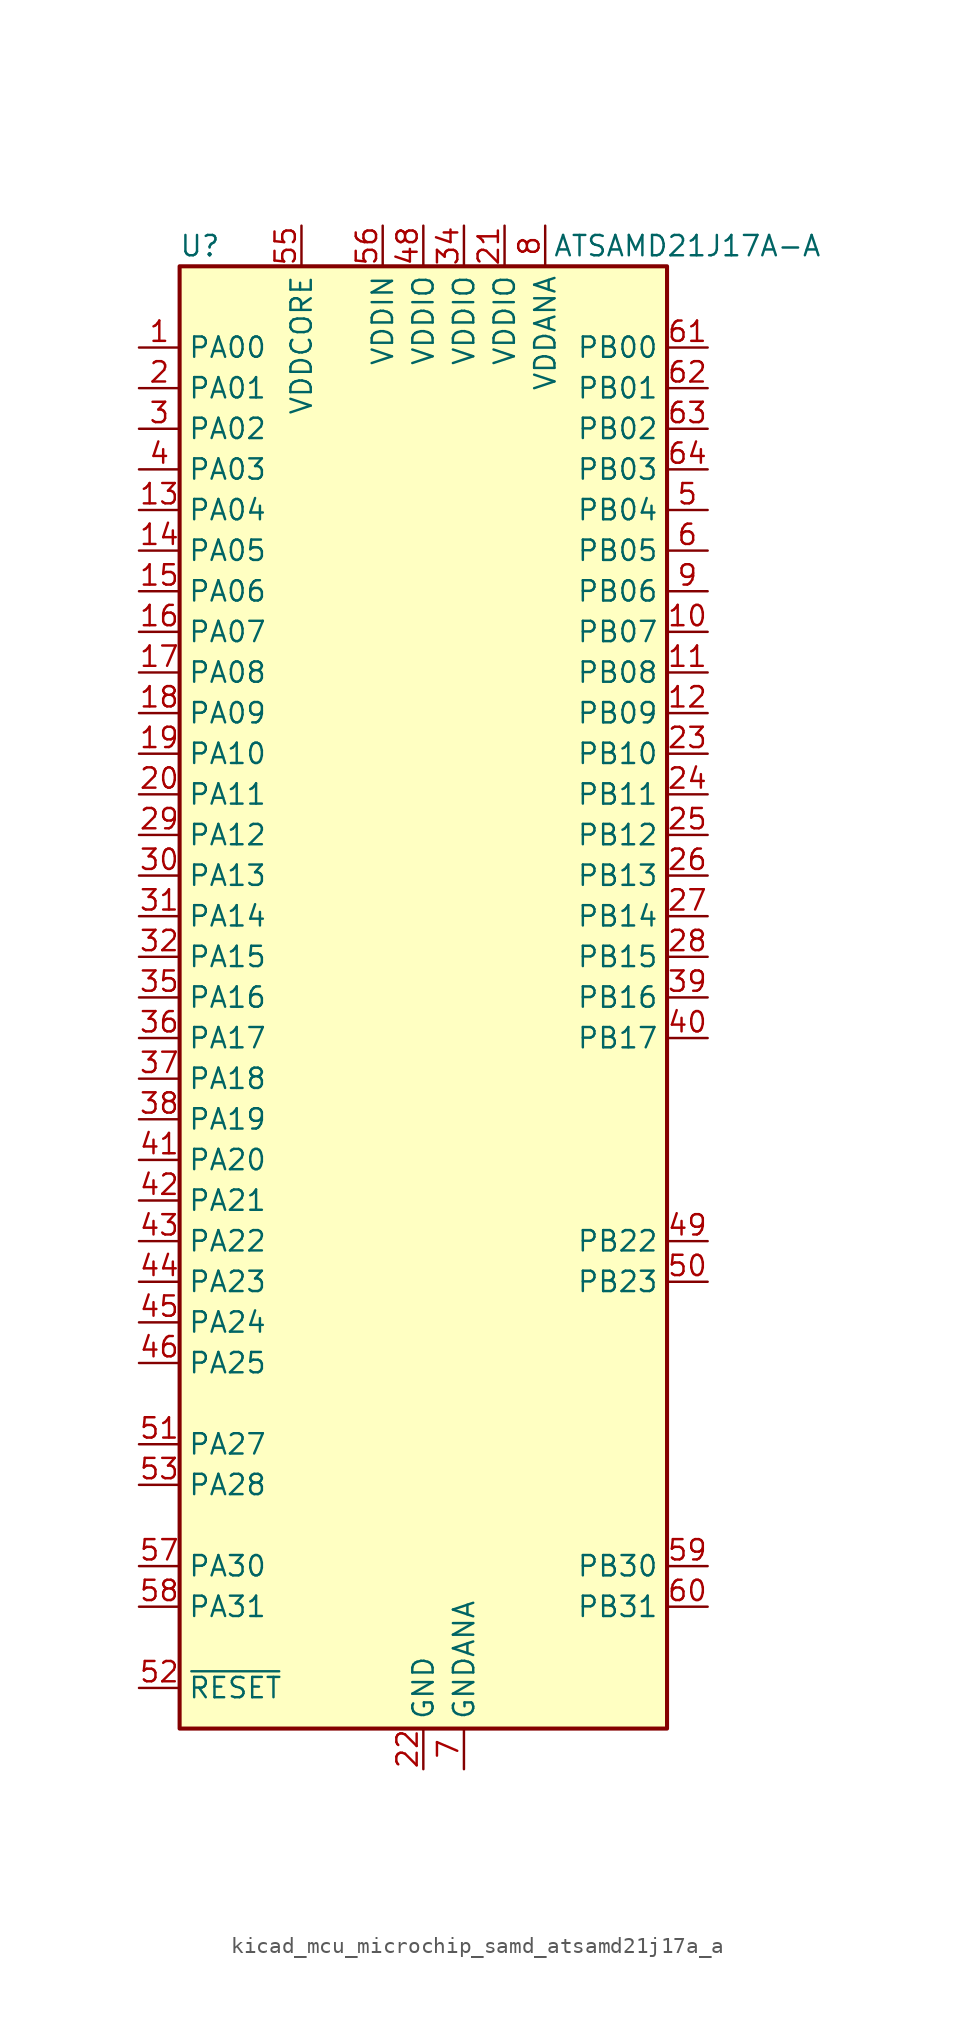
<source format=kicad_sym>
(kicad_symbol_lib
  (version 20220914)
  (generator kicad_symbol_editor)
  (symbol "kicad_mcu_microchip_samd_atsamd21j17a_a"
    (property "Reference" "U"
      (at -13.97 46.99 0)
      (effects (font (size 1.27 1.27))))
    (property "Value" "ATSAMD21J17A-A"
      (at 16.51 46.99 0)
      (effects (font (size 1.27 1.27))))
    (symbol "kicad_mcu_microchip_samd_atsamd21j17a_a_0_1"
      (rectangle (start -15.24 45.72) (end 15.24 -45.72) (stroke (width 0.254) (type default)) (fill (type background))))
    (symbol "kicad_mcu_microchip_samd_atsamd21j17a_a_1_1"
      (pin bidirectional line (at -17.78 40.64 0) (length 2.54) (name "PA00" (effects (font (size 1.27 1.27)))) (number "1" (effects (font (size 1.27 1.27)))))
      (pin bidirectional line (at 17.78 22.86 180) (length 2.54) (name "PB07" (effects (font (size 1.27 1.27)))) (number "10" (effects (font (size 1.27 1.27)))))
      (pin bidirectional line (at 17.78 20.32 180) (length 2.54) (name "PB08" (effects (font (size 1.27 1.27)))) (number "11" (effects (font (size 1.27 1.27)))))
      (pin bidirectional line (at 17.78 17.78 180) (length 2.54) (name "PB09" (effects (font (size 1.27 1.27)))) (number "12" (effects (font (size 1.27 1.27)))))
      (pin bidirectional line (at -17.78 30.48 0) (length 2.54) (name "PA04" (effects (font (size 1.27 1.27)))) (number "13" (effects (font (size 1.27 1.27)))))
      (pin bidirectional line (at -17.78 27.94 0) (length 2.54) (name "PA05" (effects (font (size 1.27 1.27)))) (number "14" (effects (font (size 1.27 1.27)))))
      (pin bidirectional line (at -17.78 25.4 0) (length 2.54) (name "PA06" (effects (font (size 1.27 1.27)))) (number "15" (effects (font (size 1.27 1.27)))))
      (pin bidirectional line (at -17.78 22.86 0) (length 2.54) (name "PA07" (effects (font (size 1.27 1.27)))) (number "16" (effects (font (size 1.27 1.27)))))
      (pin bidirectional line (at -17.78 20.32 0) (length 2.54) (name "PA08" (effects (font (size 1.27 1.27)))) (number "17" (effects (font (size 1.27 1.27)))))
      (pin bidirectional line (at -17.78 17.78 0) (length 2.54) (name "PA09" (effects (font (size 1.27 1.27)))) (number "18" (effects (font (size 1.27 1.27)))))
      (pin bidirectional line (at -17.78 15.24 0) (length 2.54) (name "PA10" (effects (font (size 1.27 1.27)))) (number "19" (effects (font (size 1.27 1.27)))))
      (pin bidirectional line (at -17.78 38.1 0) (length 2.54) (name "PA01" (effects (font (size 1.27 1.27)))) (number "2" (effects (font (size 1.27 1.27)))))
      (pin bidirectional line (at -17.78 12.7 0) (length 2.54) (name "PA11" (effects (font (size 1.27 1.27)))) (number "20" (effects (font (size 1.27 1.27)))))
      (pin power_in line (at 5.08 48.26 270) (length 2.54) (name "VDDIO" (effects (font (size 1.27 1.27)))) (number "21" (effects (font (size 1.27 1.27)))))
      (pin power_in line (at 0 -48.26 90) (length 2.54) (name "GND" (effects (font (size 1.27 1.27)))) (number "22" (effects (font (size 1.27 1.27)))))
      (pin bidirectional line (at 17.78 15.24 180) (length 2.54) (name "PB10" (effects (font (size 1.27 1.27)))) (number "23" (effects (font (size 1.27 1.27)))))
      (pin bidirectional line (at 17.78 12.7 180) (length 2.54) (name "PB11" (effects (font (size 1.27 1.27)))) (number "24" (effects (font (size 1.27 1.27)))))
      (pin bidirectional line (at 17.78 10.16 180) (length 2.54) (name "PB12" (effects (font (size 1.27 1.27)))) (number "25" (effects (font (size 1.27 1.27)))))
      (pin bidirectional line (at 17.78 7.62 180) (length 2.54) (name "PB13" (effects (font (size 1.27 1.27)))) (number "26" (effects (font (size 1.27 1.27)))))
      (pin bidirectional line (at 17.78 5.08 180) (length 2.54) (name "PB14" (effects (font (size 1.27 1.27)))) (number "27" (effects (font (size 1.27 1.27)))))
      (pin bidirectional line (at 17.78 2.54 180) (length 2.54) (name "PB15" (effects (font (size 1.27 1.27)))) (number "28" (effects (font (size 1.27 1.27)))))
      (pin bidirectional line (at -17.78 10.16 0) (length 2.54) (name "PA12" (effects (font (size 1.27 1.27)))) (number "29" (effects (font (size 1.27 1.27)))))
      (pin bidirectional line (at -17.78 35.56 0) (length 2.54) (name "PA02" (effects (font (size 1.27 1.27)))) (number "3" (effects (font (size 1.27 1.27)))))
      (pin bidirectional line (at -17.78 7.62 0) (length 2.54) (name "PA13" (effects (font (size 1.27 1.27)))) (number "30" (effects (font (size 1.27 1.27)))))
      (pin bidirectional line (at -17.78 5.08 0) (length 2.54) (name "PA14" (effects (font (size 1.27 1.27)))) (number "31" (effects (font (size 1.27 1.27)))))
      (pin bidirectional line (at -17.78 2.54 0) (length 2.54) (name "PA15" (effects (font (size 1.27 1.27)))) (number "32" (effects (font (size 1.27 1.27)))))
      (pin passive line (at 0 -48.26 90) (length 2.54) hide (name "GND" (effects (font (size 1.27 1.27)))) (number "33" (effects (font (size 1.27 1.27)))))
      (pin power_in line (at 2.54 48.26 270) (length 2.54) (name "VDDIO" (effects (font (size 1.27 1.27)))) (number "34" (effects (font (size 1.27 1.27)))))
      (pin bidirectional line (at -17.78 0 0) (length 2.54) (name "PA16" (effects (font (size 1.27 1.27)))) (number "35" (effects (font (size 1.27 1.27)))))
      (pin bidirectional line (at -17.78 -2.54 0) (length 2.54) (name "PA17" (effects (font (size 1.27 1.27)))) (number "36" (effects (font (size 1.27 1.27)))))
      (pin bidirectional line (at -17.78 -5.08 0) (length 2.54) (name "PA18" (effects (font (size 1.27 1.27)))) (number "37" (effects (font (size 1.27 1.27)))))
      (pin bidirectional line (at -17.78 -7.62 0) (length 2.54) (name "PA19" (effects (font (size 1.27 1.27)))) (number "38" (effects (font (size 1.27 1.27)))))
      (pin bidirectional line (at 17.78 0 180) (length 2.54) (name "PB16" (effects (font (size 1.27 1.27)))) (number "39" (effects (font (size 1.27 1.27)))))
      (pin bidirectional line (at -17.78 33.02 0) (length 2.54) (name "PA03" (effects (font (size 1.27 1.27)))) (number "4" (effects (font (size 1.27 1.27)))))
      (pin bidirectional line (at 17.78 -2.54 180) (length 2.54) (name "PB17" (effects (font (size 1.27 1.27)))) (number "40" (effects (font (size 1.27 1.27)))))
      (pin bidirectional line (at -17.78 -10.16 0) (length 2.54) (name "PA20" (effects (font (size 1.27 1.27)))) (number "41" (effects (font (size 1.27 1.27)))))
      (pin bidirectional line (at -17.78 -12.7 0) (length 2.54) (name "PA21" (effects (font (size 1.27 1.27)))) (number "42" (effects (font (size 1.27 1.27)))))
      (pin bidirectional line (at -17.78 -15.24 0) (length 2.54) (name "PA22" (effects (font (size 1.27 1.27)))) (number "43" (effects (font (size 1.27 1.27)))))
      (pin bidirectional line (at -17.78 -17.78 0) (length 2.54) (name "PA23" (effects (font (size 1.27 1.27)))) (number "44" (effects (font (size 1.27 1.27)))))
      (pin bidirectional line (at -17.78 -20.32 0) (length 2.54) (name "PA24" (effects (font (size 1.27 1.27)))) (number "45" (effects (font (size 1.27 1.27)))))
      (pin bidirectional line (at -17.78 -22.86 0) (length 2.54) (name "PA25" (effects (font (size 1.27 1.27)))) (number "46" (effects (font (size 1.27 1.27)))))
      (pin passive line (at 0 -48.26 90) (length 2.54) hide (name "GND" (effects (font (size 1.27 1.27)))) (number "47" (effects (font (size 1.27 1.27)))))
      (pin power_in line (at 0 48.26 270) (length 2.54) (name "VDDIO" (effects (font (size 1.27 1.27)))) (number "48" (effects (font (size 1.27 1.27)))))
      (pin bidirectional line (at 17.78 -15.24 180) (length 2.54) (name "PB22" (effects (font (size 1.27 1.27)))) (number "49" (effects (font (size 1.27 1.27)))))
      (pin bidirectional line (at 17.78 30.48 180) (length 2.54) (name "PB04" (effects (font (size 1.27 1.27)))) (number "5" (effects (font (size 1.27 1.27)))))
      (pin bidirectional line (at 17.78 -17.78 180) (length 2.54) (name "PB23" (effects (font (size 1.27 1.27)))) (number "50" (effects (font (size 1.27 1.27)))))
      (pin bidirectional line (at -17.78 -27.94 0) (length 2.54) (name "PA27" (effects (font (size 1.27 1.27)))) (number "51" (effects (font (size 1.27 1.27)))))
      (pin input line (at -17.78 -43.18 0) (length 2.54) (name "~{RESET}" (effects (font (size 1.27 1.27)))) (number "52" (effects (font (size 1.27 1.27)))))
      (pin bidirectional line (at -17.78 -30.48 0) (length 2.54) (name "PA28" (effects (font (size 1.27 1.27)))) (number "53" (effects (font (size 1.27 1.27)))))
      (pin passive line (at 0 -48.26 90) (length 2.54) hide (name "GND" (effects (font (size 1.27 1.27)))) (number "54" (effects (font (size 1.27 1.27)))))
      (pin power_out line (at -7.62 48.26 270) (length 2.54) (name "VDDCORE" (effects (font (size 1.27 1.27)))) (number "55" (effects (font (size 1.27 1.27)))))
      (pin power_in line (at -2.54 48.26 270) (length 2.54) (name "VDDIN" (effects (font (size 1.27 1.27)))) (number "56" (effects (font (size 1.27 1.27)))))
      (pin bidirectional line (at -17.78 -35.56 0) (length 2.54) (name "PA30" (effects (font (size 1.27 1.27)))) (number "57" (effects (font (size 1.27 1.27)))))
      (pin bidirectional line (at -17.78 -38.1 0) (length 2.54) (name "PA31" (effects (font (size 1.27 1.27)))) (number "58" (effects (font (size 1.27 1.27)))))
      (pin bidirectional line (at 17.78 -35.56 180) (length 2.54) (name "PB30" (effects (font (size 1.27 1.27)))) (number "59" (effects (font (size 1.27 1.27)))))
      (pin bidirectional line (at 17.78 27.94 180) (length 2.54) (name "PB05" (effects (font (size 1.27 1.27)))) (number "6" (effects (font (size 1.27 1.27)))))
      (pin bidirectional line (at 17.78 -38.1 180) (length 2.54) (name "PB31" (effects (font (size 1.27 1.27)))) (number "60" (effects (font (size 1.27 1.27)))))
      (pin bidirectional line (at 17.78 40.64 180) (length 2.54) (name "PB00" (effects (font (size 1.27 1.27)))) (number "61" (effects (font (size 1.27 1.27)))))
      (pin bidirectional line (at 17.78 38.1 180) (length 2.54) (name "PB01" (effects (font (size 1.27 1.27)))) (number "62" (effects (font (size 1.27 1.27)))))
      (pin bidirectional line (at 17.78 35.56 180) (length 2.54) (name "PB02" (effects (font (size 1.27 1.27)))) (number "63" (effects (font (size 1.27 1.27)))))
      (pin bidirectional line (at 17.78 33.02 180) (length 2.54) (name "PB03" (effects (font (size 1.27 1.27)))) (number "64" (effects (font (size 1.27 1.27)))))
      (pin power_in line (at 2.54 -48.26 90) (length 2.54) (name "GNDANA" (effects (font (size 1.27 1.27)))) (number "7" (effects (font (size 1.27 1.27)))))
      (pin power_in line (at 7.62 48.26 270) (length 2.54) (name "VDDANA" (effects (font (size 1.27 1.27)))) (number "8" (effects (font (size 1.27 1.27)))))
      (pin bidirectional line (at 17.78 25.4 180) (length 2.54) (name "PB06" (effects (font (size 1.27 1.27)))) (number "9" (effects (font (size 1.27 1.27))))))))
</source>
